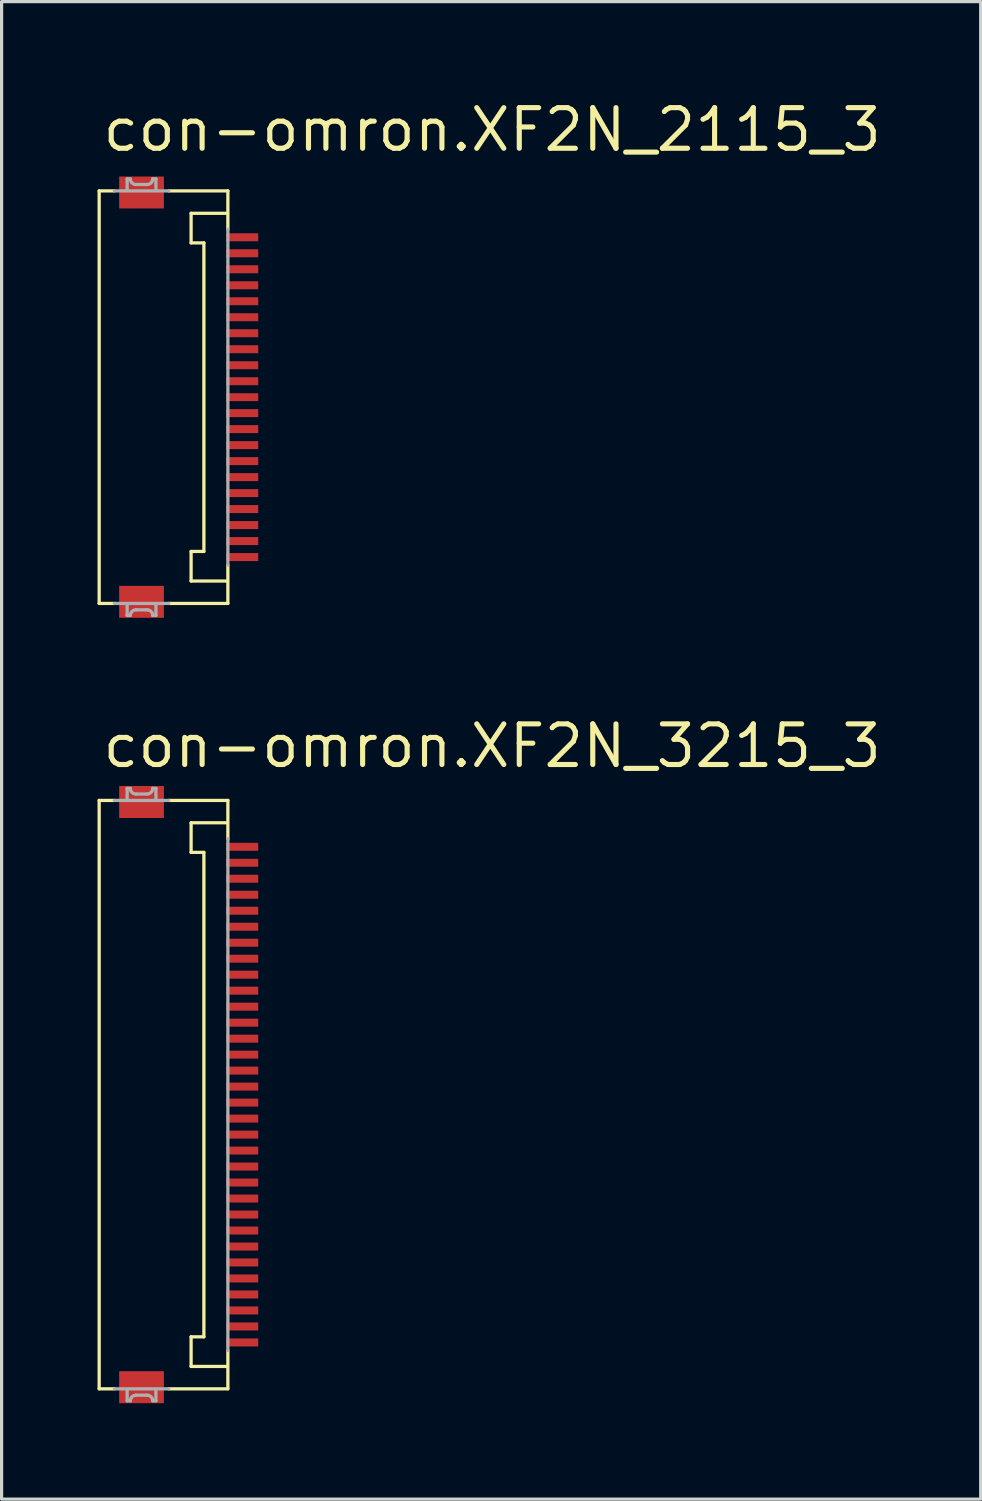
<source format=kicad_pcb>
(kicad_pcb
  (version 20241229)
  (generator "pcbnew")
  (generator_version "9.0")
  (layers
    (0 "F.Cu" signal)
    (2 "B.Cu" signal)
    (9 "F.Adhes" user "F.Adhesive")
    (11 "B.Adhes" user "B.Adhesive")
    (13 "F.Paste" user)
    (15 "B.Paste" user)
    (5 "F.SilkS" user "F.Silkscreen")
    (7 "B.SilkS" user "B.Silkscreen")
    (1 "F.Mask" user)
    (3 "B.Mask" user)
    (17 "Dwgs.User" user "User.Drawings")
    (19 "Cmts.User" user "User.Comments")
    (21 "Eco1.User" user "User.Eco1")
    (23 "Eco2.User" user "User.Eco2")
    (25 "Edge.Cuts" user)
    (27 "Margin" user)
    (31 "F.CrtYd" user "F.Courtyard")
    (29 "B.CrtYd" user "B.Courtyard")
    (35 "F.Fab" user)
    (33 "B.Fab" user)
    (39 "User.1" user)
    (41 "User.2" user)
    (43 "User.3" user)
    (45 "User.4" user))
  (footprint "con-omron.XF2N_2115_3"
    (layer "F.Cu")
    (at 1.986 9.37)
    (property "Reference" "con-omron.XF2N_2115_3" (at -1.905 -7.62 0) (layer "F.SilkS") (effects (font (size 1.27 1.27) (thickness 0.16)) (justify left bottom)))
    (attr smd)
    (fp_rect (start 2.015 -4.85) (end 3.065 -5.15) (stroke (width 0.05) (type default)) (fill yes) (layer "F.Mask"))
    (fp_rect (start 2.015 -4.35) (end 3.065 -4.65) (stroke (width 0.05) (type default)) (fill yes) (layer "F.Mask"))
    (fp_rect (start 2.015 -3.85) (end 3.065 -4.15) (stroke (width 0.05) (type default)) (fill yes) (layer "F.Mask"))
    (fp_rect (start 2.015 -3.35) (end 3.065 -3.65) (stroke (width 0.05) (type default)) (fill yes) (layer "F.Mask"))
    (fp_rect (start 2.015 -2.85) (end 3.065 -3.15) (stroke (width 0.05) (type default)) (fill yes) (layer "F.Mask"))
    (fp_rect (start 2.015 -2.35) (end 3.065 -2.65) (stroke (width 0.05) (type default)) (fill yes) (layer "F.Mask"))
    (fp_rect (start 2.015 -1.85) (end 3.065 -2.15) (stroke (width 0.05) (type default)) (fill yes) (layer "F.Mask"))
    (fp_rect (start 2.015 -1.35) (end 3.065 -1.65) (stroke (width 0.05) (type default)) (fill yes) (layer "F.Mask"))
    (fp_rect (start 2.015 -0.85) (end 3.065 -1.15) (stroke (width 0.05) (type default)) (fill yes) (layer "F.Mask"))
    (fp_rect (start 2.015 -0.35) (end 3.065 -0.65) (stroke (width 0.05) (type default)) (fill yes) (layer "F.Mask"))
    (fp_rect (start 2.015 0.15) (end 3.065 -0.15) (stroke (width 0.05) (type default)) (fill yes) (layer "F.Mask"))
    (fp_rect (start 2.015 0.65) (end 3.065 0.35) (stroke (width 0.05) (type default)) (fill yes) (layer "F.Mask"))
    (fp_rect (start 2.015 1.15) (end 3.065 0.85) (stroke (width 0.05) (type default)) (fill yes) (layer "F.Mask"))
    (fp_rect (start 2.015 1.65) (end 3.065 1.35) (stroke (width 0.05) (type default)) (fill yes) (layer "F.Mask"))
    (fp_rect (start 2.015 2.15) (end 3.065 1.85) (stroke (width 0.05) (type default)) (fill yes) (layer "F.Mask"))
    (fp_rect (start 2.015 2.65) (end 3.065 2.35) (stroke (width 0.05) (type default)) (fill yes) (layer "F.Mask"))
    (fp_rect (start 2.015 3.15) (end 3.065 2.85) (stroke (width 0.05) (type default)) (fill yes) (layer "F.Mask"))
    (fp_rect (start 2.015 3.65) (end 3.065 3.35) (stroke (width 0.05) (type default)) (fill yes) (layer "F.Mask"))
    (fp_rect (start 2.015 4.15) (end 3.065 3.85) (stroke (width 0.05) (type default)) (fill yes) (layer "F.Mask"))
    (fp_rect (start 2.015 4.65) (end 3.065 4.35) (stroke (width 0.05) (type default)) (fill yes) (layer "F.Mask"))
    (fp_rect (start 2.015 5.15) (end 3.065 4.85) (stroke (width 0.05) (type default)) (fill yes) (layer "F.Mask"))
    (fp_line (start -1.935 -6.45) (end -1.935 6.45) (stroke (width 0.102) (type default)) (layer "F.SilkS"))
    (fp_line (start -1.935 6.45) (end -1.46 6.45) (stroke (width 0.102) (type default)) (layer "F.SilkS"))
    (fp_line (start -1.46 -6.45) (end -1.935 -6.45) (stroke (width 0.102) (type default)) (layer "F.SilkS"))
    (fp_line (start 0.24 6.45) (end 2.09 6.45) (stroke (width 0.102) (type default)) (layer "F.SilkS"))
    (fp_line (start 0.94 -5.75) (end 0.94 -4.825) (stroke (width 0.102) (type default)) (layer "F.SilkS"))
    (fp_line (start 0.94 -4.825) (end 1.34 -4.825) (stroke (width 0.102) (type default)) (layer "F.SilkS"))
    (fp_line (start 0.94 4.825) (end 0.94 5.75) (stroke (width 0.102) (type default)) (layer "F.SilkS"))
    (fp_line (start 1.34 -4.825) (end 1.34 4.825) (stroke (width 0.102) (type default)) (layer "F.SilkS"))
    (fp_line (start 1.34 4.825) (end 0.94 4.825) (stroke (width 0.102) (type default)) (layer "F.SilkS"))
    (fp_line (start 2.04 -5.75) (end 0.94 -5.75) (stroke (width 0.102) (type default)) (layer "F.SilkS"))
    (fp_line (start 2.04 5.75) (end 0.94 5.75) (stroke (width 0.102) (type default)) (layer "F.SilkS"))
    (fp_line (start 2.09 -6.45) (end 0.24 -6.45) (stroke (width 0.102) (type default)) (layer "F.SilkS"))
    (fp_line (start 2.09 -5.25) (end 2.09 -6.45) (stroke (width 0.102) (type default)) (layer "F.SilkS"))
    (fp_line (start 2.09 6.45) (end 2.09 5.25) (stroke (width 0.102) (type default)) (layer "F.SilkS"))
    (fp_line (start -1.46 6.45) (end 0.24 6.45) (stroke (width 0.102) (type default)) (layer "F.Fab"))
    (fp_line (start -1.06 -6.825) (end -0.96 -6.825) (stroke (width 0.102) (type default)) (layer "F.Fab"))
    (fp_line (start -1.06 -6.5) (end -1.06 -6.825) (stroke (width 0.102) (type default)) (layer "F.Fab"))
    (fp_line (start -1.06 6.825) (end -1.06 6.5) (stroke (width 0.102) (type default)) (layer "F.Fab"))
    (fp_line (start -0.96 6.825) (end -1.06 6.825) (stroke (width 0.102) (type default)) (layer "F.Fab"))
    (fp_line (start -0.785 -6.65) (end -0.435 -6.65) (stroke (width 0.102) (type default)) (layer "F.Fab"))
    (fp_line (start -0.435 6.65) (end -0.785 6.65) (stroke (width 0.102) (type default)) (layer "F.Fab"))
    (fp_line (start -0.26 -6.825) (end -0.16 -6.825) (stroke (width 0.102) (type default)) (layer "F.Fab"))
    (fp_line (start -0.16 -6.825) (end -0.16 -6.5) (stroke (width 0.102) (type default)) (layer "F.Fab"))
    (fp_line (start -0.16 6.5) (end -0.16 6.825) (stroke (width 0.102) (type default)) (layer "F.Fab"))
    (fp_line (start -0.16 6.825) (end -0.26 6.825) (stroke (width 0.102) (type default)) (layer "F.Fab"))
    (fp_line (start 0.24 -6.45) (end -1.46 -6.45) (stroke (width 0.102) (type default)) (layer "F.Fab"))
    (fp_line (start 2.09 5.25) (end 2.09 -5.25) (stroke (width 0.102) (type default)) (layer "F.Fab"))
    (fp_arc (start -0.96 6.825) (mid -0.908744 6.701256) (end -0.785 6.65) (stroke (width 0.1016) (type default)) (layer "F.Fab"))
    (fp_arc (start -0.785 -6.65) (mid -0.908744 -6.701256) (end -0.96 -6.825) (stroke (width 0.1016) (type default)) (layer "F.Fab"))
    (fp_arc (start -0.435 6.65) (mid -0.311256 6.701256) (end -0.26 6.825) (stroke (width 0.1016) (type default)) (layer "F.Fab"))
    (fp_arc (start -0.26 -6.825) (mid -0.311256 -6.701256) (end -0.435 -6.65) (stroke (width 0.1016) (type default)) (layer "F.Fab"))
    (pad "1" smd roundrect (at 2.54 -5) (size 1 0.25) (layers "F.Cu" "F.Mask" "F.Paste") (roundrect_rratio 0.01))
    (pad "2" smd roundrect (at 2.54 -4.5) (size 1 0.25) (layers "F.Cu" "F.Mask" "F.Paste") (roundrect_rratio 0.01))
    (pad "3" smd roundrect (at 2.54 -4) (size 1 0.25) (layers "F.Cu" "F.Mask" "F.Paste") (roundrect_rratio 0.01))
    (pad "4" smd roundrect (at 2.54 -3.5) (size 1 0.25) (layers "F.Cu" "F.Mask" "F.Paste") (roundrect_rratio 0.01))
    (pad "5" smd roundrect (at 2.54 -3) (size 1 0.25) (layers "F.Cu" "F.Mask" "F.Paste") (roundrect_rratio 0.01))
    (pad "6" smd roundrect (at 2.54 -2.5) (size 1 0.25) (layers "F.Cu" "F.Mask" "F.Paste") (roundrect_rratio 0.01))
    (pad "7" smd roundrect (at 2.54 -2) (size 1 0.25) (layers "F.Cu" "F.Mask" "F.Paste") (roundrect_rratio 0.01))
    (pad "8" smd roundrect (at 2.54 -1.5) (size 1 0.25) (layers "F.Cu" "F.Mask" "F.Paste") (roundrect_rratio 0.01))
    (pad "9" smd roundrect (at 2.54 -1) (size 1 0.25) (layers "F.Cu" "F.Mask" "F.Paste") (roundrect_rratio 0.01))
    (pad "10" smd roundrect (at 2.54 -0.5) (size 1 0.25) (layers "F.Cu" "F.Mask" "F.Paste") (roundrect_rratio 0.01))
    (pad "11" smd roundrect (at 2.54 0) (size 1 0.25) (layers "F.Cu" "F.Mask" "F.Paste") (roundrect_rratio 0.01))
    (pad "12" smd roundrect (at 2.54 0.5) (size 1 0.25) (layers "F.Cu" "F.Mask" "F.Paste") (roundrect_rratio 0.01))
    (pad "13" smd roundrect (at 2.54 1) (size 1 0.25) (layers "F.Cu" "F.Mask" "F.Paste") (roundrect_rratio 0.01))
    (pad "14" smd roundrect (at 2.54 1.5) (size 1 0.25) (layers "F.Cu" "F.Mask" "F.Paste") (roundrect_rratio 0.01))
    (pad "15" smd roundrect (at 2.54 2) (size 1 0.25) (layers "F.Cu" "F.Mask" "F.Paste") (roundrect_rratio 0.01))
    (pad "16" smd roundrect (at 2.54 2.5) (size 1 0.25) (layers "F.Cu" "F.Mask" "F.Paste") (roundrect_rratio 0.01))
    (pad "17" smd roundrect (at 2.54 3) (size 1 0.25) (layers "F.Cu" "F.Mask" "F.Paste") (roundrect_rratio 0.01))
    (pad "18" smd roundrect (at 2.54 3.5) (size 1 0.25) (layers "F.Cu" "F.Mask" "F.Paste") (roundrect_rratio 0.01))
    (pad "19" smd roundrect (at 2.54 4) (size 1 0.25) (layers "F.Cu" "F.Mask" "F.Paste") (roundrect_rratio 0.01))
    (pad "20" smd roundrect (at 2.54 4.5) (size 1 0.25) (layers "F.Cu" "F.Mask" "F.Paste") (roundrect_rratio 0.01))
    (pad "21" smd roundrect (at 2.54 5) (size 1 0.25) (layers "F.Cu" "F.Mask" "F.Paste") (roundrect_rratio 0.01))
    (pad "M1" smd roundrect (at -0.61 -6.4) (size 1.4 1) (layers "F.Cu" "F.Mask" "F.Paste") (roundrect_rratio 0.01))
    (pad "M2" smd roundrect (at -0.61 6.4) (size 1.4 1) (layers "F.Cu" "F.Mask" "F.Paste") (roundrect_rratio 0.01)))
  (footprint "con-omron.XF2N_3215_3"
    (layer "F.Cu")
    (at 1.986 31.18)
    (property "Reference" "con-omron.XF2N_3215_3" (at -1.905 -10.16 0) (layer "F.SilkS") (effects (font (size 1.27 1.27) (thickness 0.16)) (justify left bottom)))
    (attr smd)
    (fp_rect (start 2.015 -7.6) (end 3.065 -7.9) (stroke (width 0.05) (type default)) (fill yes) (layer "F.Mask"))
    (fp_rect (start 2.015 -7.1) (end 3.065 -7.4) (stroke (width 0.05) (type default)) (fill yes) (layer "F.Mask"))
    (fp_rect (start 2.015 -6.6) (end 3.065 -6.9) (stroke (width 0.05) (type default)) (fill yes) (layer "F.Mask"))
    (fp_rect (start 2.015 -6.1) (end 3.065 -6.4) (stroke (width 0.05) (type default)) (fill yes) (layer "F.Mask"))
    (fp_rect (start 2.015 -5.6) (end 3.065 -5.9) (stroke (width 0.05) (type default)) (fill yes) (layer "F.Mask"))
    (fp_rect (start 2.015 -5.1) (end 3.065 -5.4) (stroke (width 0.05) (type default)) (fill yes) (layer "F.Mask"))
    (fp_rect (start 2.015 -4.6) (end 3.065 -4.9) (stroke (width 0.05) (type default)) (fill yes) (layer "F.Mask"))
    (fp_rect (start 2.015 -4.1) (end 3.065 -4.4) (stroke (width 0.05) (type default)) (fill yes) (layer "F.Mask"))
    (fp_rect (start 2.015 -3.6) (end 3.065 -3.9) (stroke (width 0.05) (type default)) (fill yes) (layer "F.Mask"))
    (fp_rect (start 2.015 -3.1) (end 3.065 -3.4) (stroke (width 0.05) (type default)) (fill yes) (layer "F.Mask"))
    (fp_rect (start 2.015 -2.6) (end 3.065 -2.9) (stroke (width 0.05) (type default)) (fill yes) (layer "F.Mask"))
    (fp_rect (start 2.015 -2.1) (end 3.065 -2.4) (stroke (width 0.05) (type default)) (fill yes) (layer "F.Mask"))
    (fp_rect (start 2.015 -1.6) (end 3.065 -1.9) (stroke (width 0.05) (type default)) (fill yes) (layer "F.Mask"))
    (fp_rect (start 2.015 -1.1) (end 3.065 -1.4) (stroke (width 0.05) (type default)) (fill yes) (layer "F.Mask"))
    (fp_rect (start 2.015 -0.6) (end 3.065 -0.9) (stroke (width 0.05) (type default)) (fill yes) (layer "F.Mask"))
    (fp_rect (start 2.015 -0.1) (end 3.065 -0.4) (stroke (width 0.05) (type default)) (fill yes) (layer "F.Mask"))
    (fp_rect (start 2.015 0.4) (end 3.065 0.1) (stroke (width 0.05) (type default)) (fill yes) (layer "F.Mask"))
    (fp_rect (start 2.015 0.9) (end 3.065 0.6) (stroke (width 0.05) (type default)) (fill yes) (layer "F.Mask"))
    (fp_rect (start 2.015 1.4) (end 3.065 1.1) (stroke (width 0.05) (type default)) (fill yes) (layer "F.Mask"))
    (fp_rect (start 2.015 1.9) (end 3.065 1.6) (stroke (width 0.05) (type default)) (fill yes) (layer "F.Mask"))
    (fp_rect (start 2.015 2.4) (end 3.065 2.1) (stroke (width 0.05) (type default)) (fill yes) (layer "F.Mask"))
    (fp_rect (start 2.015 2.9) (end 3.065 2.6) (stroke (width 0.05) (type default)) (fill yes) (layer "F.Mask"))
    (fp_rect (start 2.015 3.4) (end 3.065 3.1) (stroke (width 0.05) (type default)) (fill yes) (layer "F.Mask"))
    (fp_rect (start 2.015 3.9) (end 3.065 3.6) (stroke (width 0.05) (type default)) (fill yes) (layer "F.Mask"))
    (fp_rect (start 2.015 4.4) (end 3.065 4.1) (stroke (width 0.05) (type default)) (fill yes) (layer "F.Mask"))
    (fp_rect (start 2.015 4.9) (end 3.065 4.6) (stroke (width 0.05) (type default)) (fill yes) (layer "F.Mask"))
    (fp_rect (start 2.015 5.4) (end 3.065 5.1) (stroke (width 0.05) (type default)) (fill yes) (layer "F.Mask"))
    (fp_rect (start 2.015 5.9) (end 3.065 5.6) (stroke (width 0.05) (type default)) (fill yes) (layer "F.Mask"))
    (fp_rect (start 2.015 6.4) (end 3.065 6.1) (stroke (width 0.05) (type default)) (fill yes) (layer "F.Mask"))
    (fp_rect (start 2.015 6.9) (end 3.065 6.6) (stroke (width 0.05) (type default)) (fill yes) (layer "F.Mask"))
    (fp_rect (start 2.015 7.4) (end 3.065 7.1) (stroke (width 0.05) (type default)) (fill yes) (layer "F.Mask"))
    (fp_rect (start 2.015 7.9) (end 3.065 7.6) (stroke (width 0.05) (type default)) (fill yes) (layer "F.Mask"))
    (fp_line (start -1.935 -9.2) (end -1.935 9.2) (stroke (width 0.102) (type default)) (layer "F.SilkS"))
    (fp_line (start -1.935 9.2) (end -1.46 9.2) (stroke (width 0.102) (type default)) (layer "F.SilkS"))
    (fp_line (start -1.46 -9.2) (end -1.935 -9.2) (stroke (width 0.102) (type default)) (layer "F.SilkS"))
    (fp_line (start 0.24 9.2) (end 2.09 9.2) (stroke (width 0.102) (type default)) (layer "F.SilkS"))
    (fp_line (start 0.94 -8.5) (end 0.94 -7.575) (stroke (width 0.102) (type default)) (layer "F.SilkS"))
    (fp_line (start 0.94 -7.575) (end 1.34 -7.575) (stroke (width 0.102) (type default)) (layer "F.SilkS"))
    (fp_line (start 0.94 7.575) (end 0.94 8.5) (stroke (width 0.102) (type default)) (layer "F.SilkS"))
    (fp_line (start 1.34 -7.575) (end 1.34 7.575) (stroke (width 0.102) (type default)) (layer "F.SilkS"))
    (fp_line (start 1.34 7.575) (end 0.94 7.575) (stroke (width 0.102) (type default)) (layer "F.SilkS"))
    (fp_line (start 2.04 -8.5) (end 0.94 -8.5) (stroke (width 0.102) (type default)) (layer "F.SilkS"))
    (fp_line (start 2.04 8.5) (end 0.94 8.5) (stroke (width 0.102) (type default)) (layer "F.SilkS"))
    (fp_line (start 2.09 -9.2) (end 0.24 -9.2) (stroke (width 0.102) (type default)) (layer "F.SilkS"))
    (fp_line (start 2.09 -8) (end 2.09 -9.2) (stroke (width 0.102) (type default)) (layer "F.SilkS"))
    (fp_line (start 2.09 9.2) (end 2.09 8) (stroke (width 0.102) (type default)) (layer "F.SilkS"))
    (fp_line (start -1.46 9.2) (end 0.24 9.2) (stroke (width 0.102) (type default)) (layer "F.Fab"))
    (fp_line (start -1.06 -9.575) (end -0.96 -9.575) (stroke (width 0.102) (type default)) (layer "F.Fab"))
    (fp_line (start -1.06 -9.25) (end -1.06 -9.575) (stroke (width 0.102) (type default)) (layer "F.Fab"))
    (fp_line (start -1.06 9.575) (end -1.06 9.25) (stroke (width 0.102) (type default)) (layer "F.Fab"))
    (fp_line (start -0.96 9.575) (end -1.06 9.575) (stroke (width 0.102) (type default)) (layer "F.Fab"))
    (fp_line (start -0.785 -9.4) (end -0.435 -9.4) (stroke (width 0.102) (type default)) (layer "F.Fab"))
    (fp_line (start -0.435 9.4) (end -0.785 9.4) (stroke (width 0.102) (type default)) (layer "F.Fab"))
    (fp_line (start -0.26 -9.575) (end -0.16 -9.575) (stroke (width 0.102) (type default)) (layer "F.Fab"))
    (fp_line (start -0.16 -9.575) (end -0.16 -9.25) (stroke (width 0.102) (type default)) (layer "F.Fab"))
    (fp_line (start -0.16 9.25) (end -0.16 9.575) (stroke (width 0.102) (type default)) (layer "F.Fab"))
    (fp_line (start -0.16 9.575) (end -0.26 9.575) (stroke (width 0.102) (type default)) (layer "F.Fab"))
    (fp_line (start 0.24 -9.2) (end -1.46 -9.2) (stroke (width 0.102) (type default)) (layer "F.Fab"))
    (fp_line (start 2.09 8) (end 2.09 -8) (stroke (width 0.102) (type default)) (layer "F.Fab"))
    (fp_arc (start -0.96 9.575) (mid -0.908744 9.451256) (end -0.785 9.4) (stroke (width 0.1016) (type default)) (layer "F.Fab"))
    (fp_arc (start -0.785 -9.4) (mid -0.908744 -9.451256) (end -0.96 -9.575) (stroke (width 0.1016) (type default)) (layer "F.Fab"))
    (fp_arc (start -0.435 9.4) (mid -0.311256 9.451256) (end -0.26 9.575) (stroke (width 0.1016) (type default)) (layer "F.Fab"))
    (fp_arc (start -0.26 -9.575) (mid -0.311256 -9.451256) (end -0.435 -9.4) (stroke (width 0.1016) (type default)) (layer "F.Fab"))
    (pad "1" smd roundrect (at 2.54 -7.75) (size 1 0.25) (layers "F.Cu" "F.Mask" "F.Paste") (roundrect_rratio 0.01))
    (pad "2" smd roundrect (at 2.54 -7.25) (size 1 0.25) (layers "F.Cu" "F.Mask" "F.Paste") (roundrect_rratio 0.01))
    (pad "3" smd roundrect (at 2.54 -6.75) (size 1 0.25) (layers "F.Cu" "F.Mask" "F.Paste") (roundrect_rratio 0.01))
    (pad "4" smd roundrect (at 2.54 -6.25) (size 1 0.25) (layers "F.Cu" "F.Mask" "F.Paste") (roundrect_rratio 0.01))
    (pad "5" smd roundrect (at 2.54 -5.75) (size 1 0.25) (layers "F.Cu" "F.Mask" "F.Paste") (roundrect_rratio 0.01))
    (pad "6" smd roundrect (at 2.54 -5.25) (size 1 0.25) (layers "F.Cu" "F.Mask" "F.Paste") (roundrect_rratio 0.01))
    (pad "7" smd roundrect (at 2.54 -4.75) (size 1 0.25) (layers "F.Cu" "F.Mask" "F.Paste") (roundrect_rratio 0.01))
    (pad "8" smd roundrect (at 2.54 -4.25) (size 1 0.25) (layers "F.Cu" "F.Mask" "F.Paste") (roundrect_rratio 0.01))
    (pad "9" smd roundrect (at 2.54 -3.75) (size 1 0.25) (layers "F.Cu" "F.Mask" "F.Paste") (roundrect_rratio 0.01))
    (pad "10" smd roundrect (at 2.54 -3.25) (size 1 0.25) (layers "F.Cu" "F.Mask" "F.Paste") (roundrect_rratio 0.01))
    (pad "11" smd roundrect (at 2.54 -2.75) (size 1 0.25) (layers "F.Cu" "F.Mask" "F.Paste") (roundrect_rratio 0.01))
    (pad "12" smd roundrect (at 2.54 -2.25) (size 1 0.25) (layers "F.Cu" "F.Mask" "F.Paste") (roundrect_rratio 0.01))
    (pad "13" smd roundrect (at 2.54 -1.75) (size 1 0.25) (layers "F.Cu" "F.Mask" "F.Paste") (roundrect_rratio 0.01))
    (pad "14" smd roundrect (at 2.54 -1.25) (size 1 0.25) (layers "F.Cu" "F.Mask" "F.Paste") (roundrect_rratio 0.01))
    (pad "15" smd roundrect (at 2.54 -0.75) (size 1 0.25) (layers "F.Cu" "F.Mask" "F.Paste") (roundrect_rratio 0.01))
    (pad "16" smd roundrect (at 2.54 -0.25) (size 1 0.25) (layers "F.Cu" "F.Mask" "F.Paste") (roundrect_rratio 0.01))
    (pad "17" smd roundrect (at 2.54 0.25) (size 1 0.25) (layers "F.Cu" "F.Mask" "F.Paste") (roundrect_rratio 0.01))
    (pad "18" smd roundrect (at 2.54 0.75) (size 1 0.25) (layers "F.Cu" "F.Mask" "F.Paste") (roundrect_rratio 0.01))
    (pad "19" smd roundrect (at 2.54 1.25) (size 1 0.25) (layers "F.Cu" "F.Mask" "F.Paste") (roundrect_rratio 0.01))
    (pad "20" smd roundrect (at 2.54 1.75) (size 1 0.25) (layers "F.Cu" "F.Mask" "F.Paste") (roundrect_rratio 0.01))
    (pad "21" smd roundrect (at 2.54 2.25) (size 1 0.25) (layers "F.Cu" "F.Mask" "F.Paste") (roundrect_rratio 0.01))
    (pad "22" smd roundrect (at 2.54 2.75) (size 1 0.25) (layers "F.Cu" "F.Mask" "F.Paste") (roundrect_rratio 0.01))
    (pad "23" smd roundrect (at 2.54 3.25) (size 1 0.25) (layers "F.Cu" "F.Mask" "F.Paste") (roundrect_rratio 0.01))
    (pad "24" smd roundrect (at 2.54 3.75) (size 1 0.25) (layers "F.Cu" "F.Mask" "F.Paste") (roundrect_rratio 0.01))
    (pad "25" smd roundrect (at 2.54 4.25) (size 1 0.25) (layers "F.Cu" "F.Mask" "F.Paste") (roundrect_rratio 0.01))
    (pad "26" smd roundrect (at 2.54 4.75) (size 1 0.25) (layers "F.Cu" "F.Mask" "F.Paste") (roundrect_rratio 0.01))
    (pad "27" smd roundrect (at 2.54 5.25) (size 1 0.25) (layers "F.Cu" "F.Mask" "F.Paste") (roundrect_rratio 0.01))
    (pad "28" smd roundrect (at 2.54 5.75) (size 1 0.25) (layers "F.Cu" "F.Mask" "F.Paste") (roundrect_rratio 0.01))
    (pad "29" smd roundrect (at 2.54 6.25) (size 1 0.25) (layers "F.Cu" "F.Mask" "F.Paste") (roundrect_rratio 0.01))
    (pad "30" smd roundrect (at 2.54 6.75) (size 1 0.25) (layers "F.Cu" "F.Mask" "F.Paste") (roundrect_rratio 0.01))
    (pad "31" smd roundrect (at 2.54 7.25) (size 1 0.25) (layers "F.Cu" "F.Mask" "F.Paste") (roundrect_rratio 0.01))
    (pad "32" smd roundrect (at 2.54 7.75) (size 1 0.25) (layers "F.Cu" "F.Mask" "F.Paste") (roundrect_rratio 0.01))
    (pad "M1" smd roundrect (at -0.61 -9.15) (size 1.4 1) (layers "F.Cu" "F.Mask" "F.Paste") (roundrect_rratio 0.01))
    (pad "M2" smd roundrect (at -0.61 9.15) (size 1.4 1) (layers "F.Cu" "F.Mask" "F.Paste") (roundrect_rratio 0.01)))
  (gr_rect
    (start -3 -3)
    (end 27.618 43.83)
    (stroke (width 0.1) (type default))
    (fill no)
    (layer "Edge.Cuts")))
</source>
